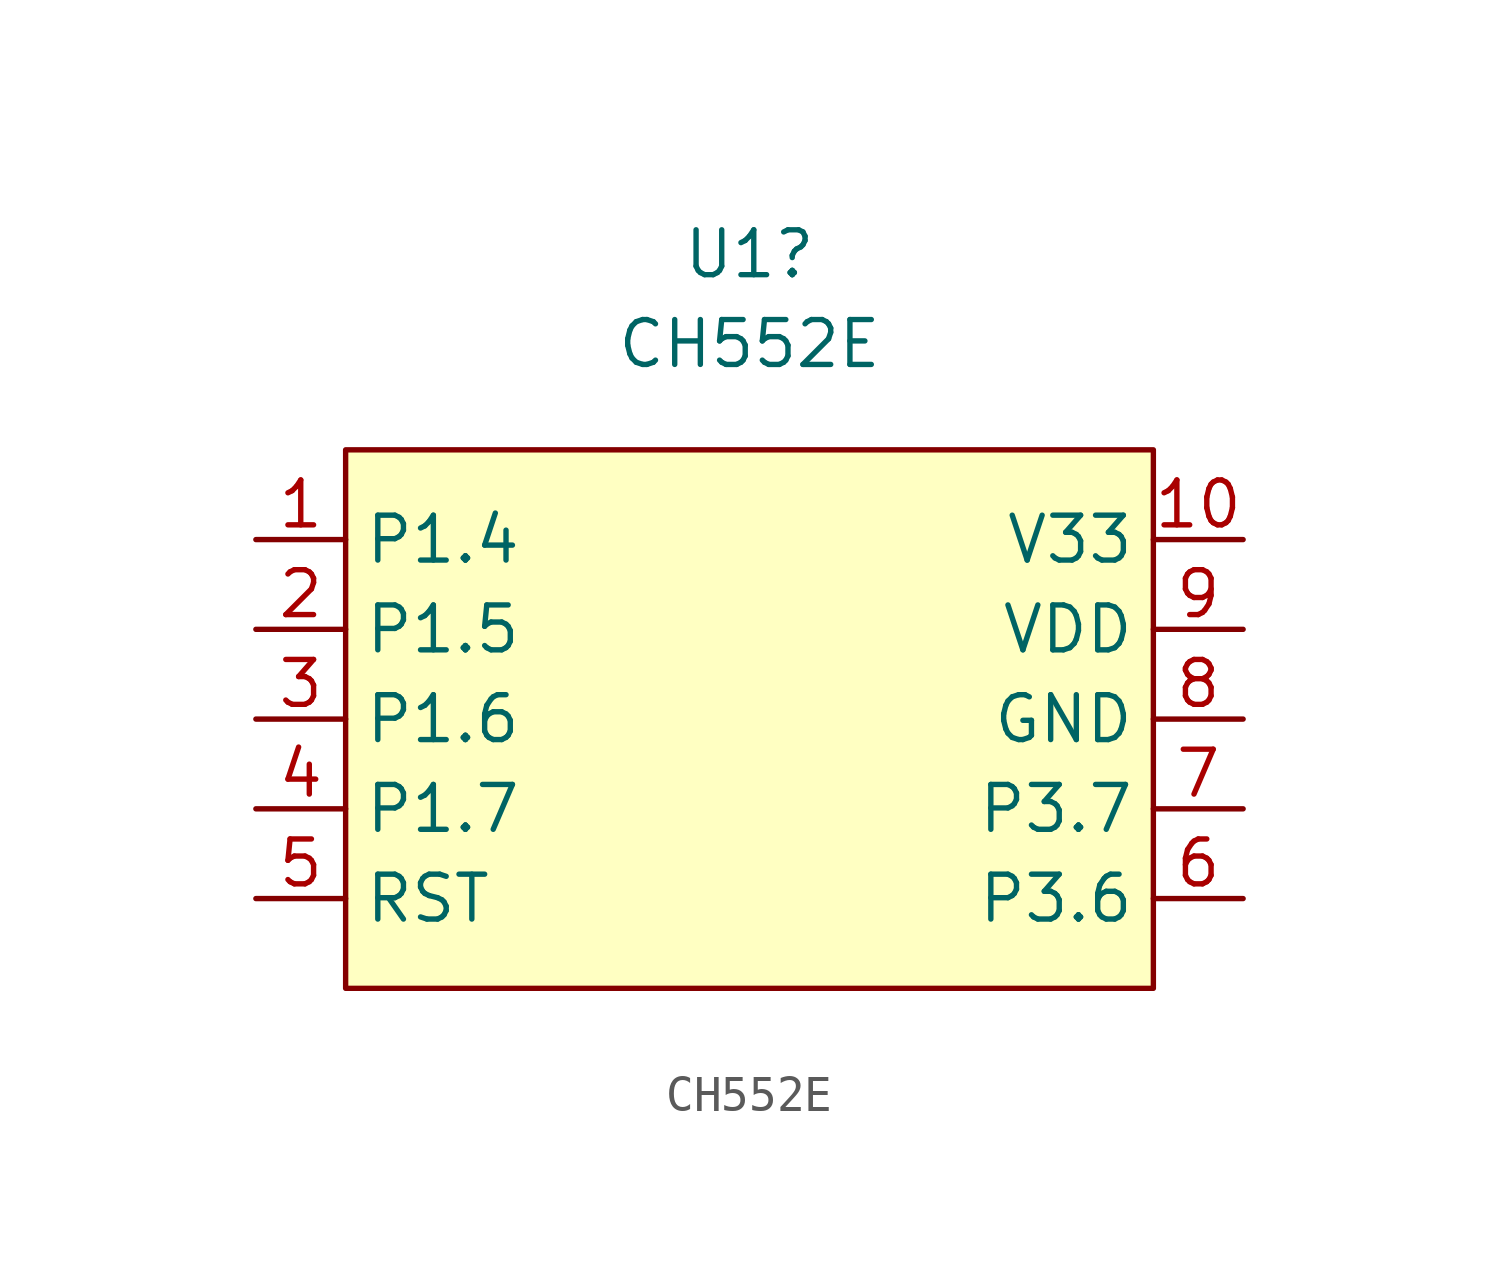
<source format=kicad_sym>
(kicad_symbol_lib
  (version 20220914)
  (generator kicad_symbol_editor)
  (symbol "CH552E"
    (property "Reference" "U1"
      (at 0 13.157 0)
      (effects (font (size 1.27 1.27))))
    (property "Value" "CH552E"
      (at 0 10.617 0)
      (effects (font (size 1.27 1.27))))
    (symbol "CH552E_0_1"
      (rectangle (start -11.43 7.62) (end 11.43 -7.62) (stroke (width 0) (type default)) (fill (type background))))
    (symbol "CH552E_1_1"
      (pin passive line (at -13.97 5.08 0) (length 2.54) (name "P1.4" (effects (font (size 1.27 1.27)))) (number "1" (effects (font (size 1.27 1.27)))))
      (pin power_out line (at 13.97 5.08 180) (length 2.54) (name "V33" (effects (font (size 1.27 1.27)))) (number "10" (effects (font (size 1.27 1.27)))))
      (pin passive line (at -13.97 2.54 0) (length 2.54) (name "P1.5" (effects (font (size 1.27 1.27)))) (number "2" (effects (font (size 1.27 1.27)))))
      (pin passive line (at -13.97 0 0) (length 2.54) (name "P1.6" (effects (font (size 1.27 1.27)))) (number "3" (effects (font (size 1.27 1.27)))))
      (pin passive line (at -13.97 -2.54 0) (length 2.54) (name "P1.7" (effects (font (size 1.27 1.27)))) (number "4" (effects (font (size 1.27 1.27)))))
      (pin passive line (at -13.97 -5.08 0) (length 2.54) (name "RST" (effects (font (size 1.27 1.27)))) (number "5" (effects (font (size 1.27 1.27)))))
      (pin passive line (at 13.97 -5.08 180) (length 2.54) (name "P3.6" (effects (font (size 1.27 1.27)))) (number "6" (effects (font (size 1.27 1.27)))))
      (pin passive line (at 13.97 -2.54 180) (length 2.54) (name "P3.7" (effects (font (size 1.27 1.27)))) (number "7" (effects (font (size 1.27 1.27)))))
      (pin power_in line (at 13.97 0 180) (length 2.54) (name "GND" (effects (font (size 1.27 1.27)))) (number "8" (effects (font (size 1.27 1.27)))))
      (pin power_in line (at 13.97 2.54 180) (length 2.54) (name "VDD" (effects (font (size 1.27 1.27)))) (number "9" (effects (font (size 1.27 1.27))))))))
</source>
